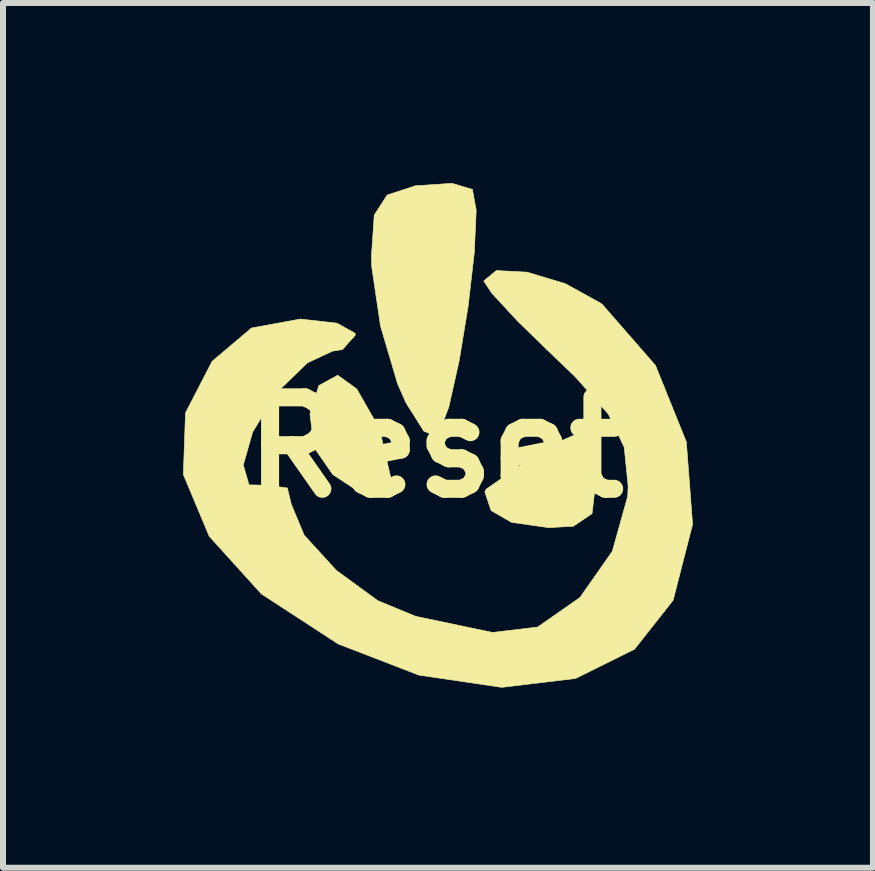
<source format=kicad_pcb>
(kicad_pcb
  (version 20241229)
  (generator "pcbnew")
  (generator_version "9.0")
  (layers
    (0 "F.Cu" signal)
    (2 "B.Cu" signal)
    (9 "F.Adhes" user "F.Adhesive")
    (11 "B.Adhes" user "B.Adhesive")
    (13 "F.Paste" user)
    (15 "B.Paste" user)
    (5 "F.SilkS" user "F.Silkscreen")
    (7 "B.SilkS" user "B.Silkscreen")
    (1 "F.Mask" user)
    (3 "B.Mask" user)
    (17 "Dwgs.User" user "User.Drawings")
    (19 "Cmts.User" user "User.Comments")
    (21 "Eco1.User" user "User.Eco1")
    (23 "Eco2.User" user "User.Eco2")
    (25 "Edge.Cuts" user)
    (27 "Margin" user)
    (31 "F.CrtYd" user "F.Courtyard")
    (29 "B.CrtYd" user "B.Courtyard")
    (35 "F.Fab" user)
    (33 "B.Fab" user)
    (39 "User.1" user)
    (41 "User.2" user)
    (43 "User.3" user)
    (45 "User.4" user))
  (footprint "Reset"
    (layer "F.Cu")
    (at 4.208 4.405)
    (property "Reference" "Reset" (at 0 0 0) (layer "F.SilkS") (effects (font (size 1.524 1.524) (thickness 0.3))))
    (attr through_hole)
    (fp_poly (pts (xy -1.314 -0.974) (xy -0.988 -0.403) (xy -0.91 -0.201) (xy -0.742 0.527) (xy -0.889 0.824) (xy -1.353 0.689) (xy -1.712 0.453) (xy -2.02 0.009) (xy -2.094 -0.557) (xy -1.945 -1.031) (xy -1.631 -1.203) (xy -1.314 -0.974)) (stroke (width 0.01) (type solid)) (fill yes) (layer "F.SilkS"))
    (fp_poly (pts (xy 2.612 -0.035) (xy 2.674 0.525) (xy 2.674 0.535) (xy 2.607 1.103) (xy 2.296 1.313) (xy 1.887 1.337) (xy 1.266 1.249) (xy 0.925 1.052) (xy 0.82 0.74) (xy 0.842 0.696) (xy 1.467 0.261) (xy 2.065 -0.097) (xy 2.445 -0.265) (xy 2.466 -0.267) (xy 2.612 -0.035)) (stroke (width 0.01) (type solid)) (fill yes) (layer "F.SilkS"))
    (fp_poly (pts (xy 0.613 -4.299) (xy 0.677 -3.951) (xy 0.645 -3.249) (xy 0.543 -2.358) (xy 0.393 -1.445) (xy 0.221 -0.677) (xy 0.05 -0.219) (xy 0.021 -0.183) (xy -0.195 -0.27) (xy -0.492 -0.741) (xy -0.632 -1.057) (xy -0.918 -2.023) (xy -1.064 -3.011) (xy -1.069 -3.183) (xy -1.022 -3.872) (xy -0.806 -4.206) (xy -0.334 -4.36) (xy 0.275 -4.4) (xy 0.613 -4.299)) (stroke (width 0.01) (type solid)) (fill yes) (layer "F.SilkS"))
    (fp_poly (pts (xy 1.525 -2.92) (xy 2.163 -2.728) (xy 2.748 -2.405) (xy 2.777 -2.383) (xy 3.664 -1.366) (xy 4.178 -0.092) (xy 4.282 1.282) (xy 3.958 2.547) (xy 3.314 3.363) (xy 2.331 3.85) (xy 1.102 3.998) (xy -0.278 3.794) (xy -1.623 3.275) (xy -2.902 2.442) (xy -3.772 1.48) (xy -4.203 0.452) (xy -4.167 -0.576) (xy -3.724 -1.434) (xy -3.067 -1.99) (xy -2.253 -2.139) (xy -1.642 -2.07) (xy -1.343 -1.903) (xy -1.337 -1.872) (xy -1.552 -1.631) (xy -1.718 -1.604) (xy -2.134 -1.41) (xy -2.624 -0.937) (xy -2.654 -0.9) (xy -3.048 -0.257) (xy -3.204 0.293) (xy -3.109 0.624) (xy -2.807 0.631) (xy -2.47 0.676) (xy -2.406 0.943) (xy -2.19 1.462) (xy -1.653 2.05) (xy -0.962 2.554) (xy -0.334 2.814) (xy 0.424 2.973) (xy 0.948 3.083) (xy 1.701 2.993) (xy 2.406 2.5) (xy 2.945 1.731) (xy 3.201 0.814) (xy 3.208 0.641) (xy 3.143 -0.003) (xy 2.88 -0.553) (xy 2.324 -1.18) (xy 2.005 -1.484) (xy 1.373 -2.098) (xy 0.937 -2.57) (xy 0.802 -2.773) (xy 1.012 -2.947) (xy 1.525 -2.92)) (stroke (width 0.01) (type solid)) (fill yes) (layer "F.SilkS")))
  (gr_rect
    (start -3 -3)
    (end 11.495 11.408)
    (stroke (width 0.1) (type default))
    (fill no)
    (layer "Edge.Cuts")))
</source>
